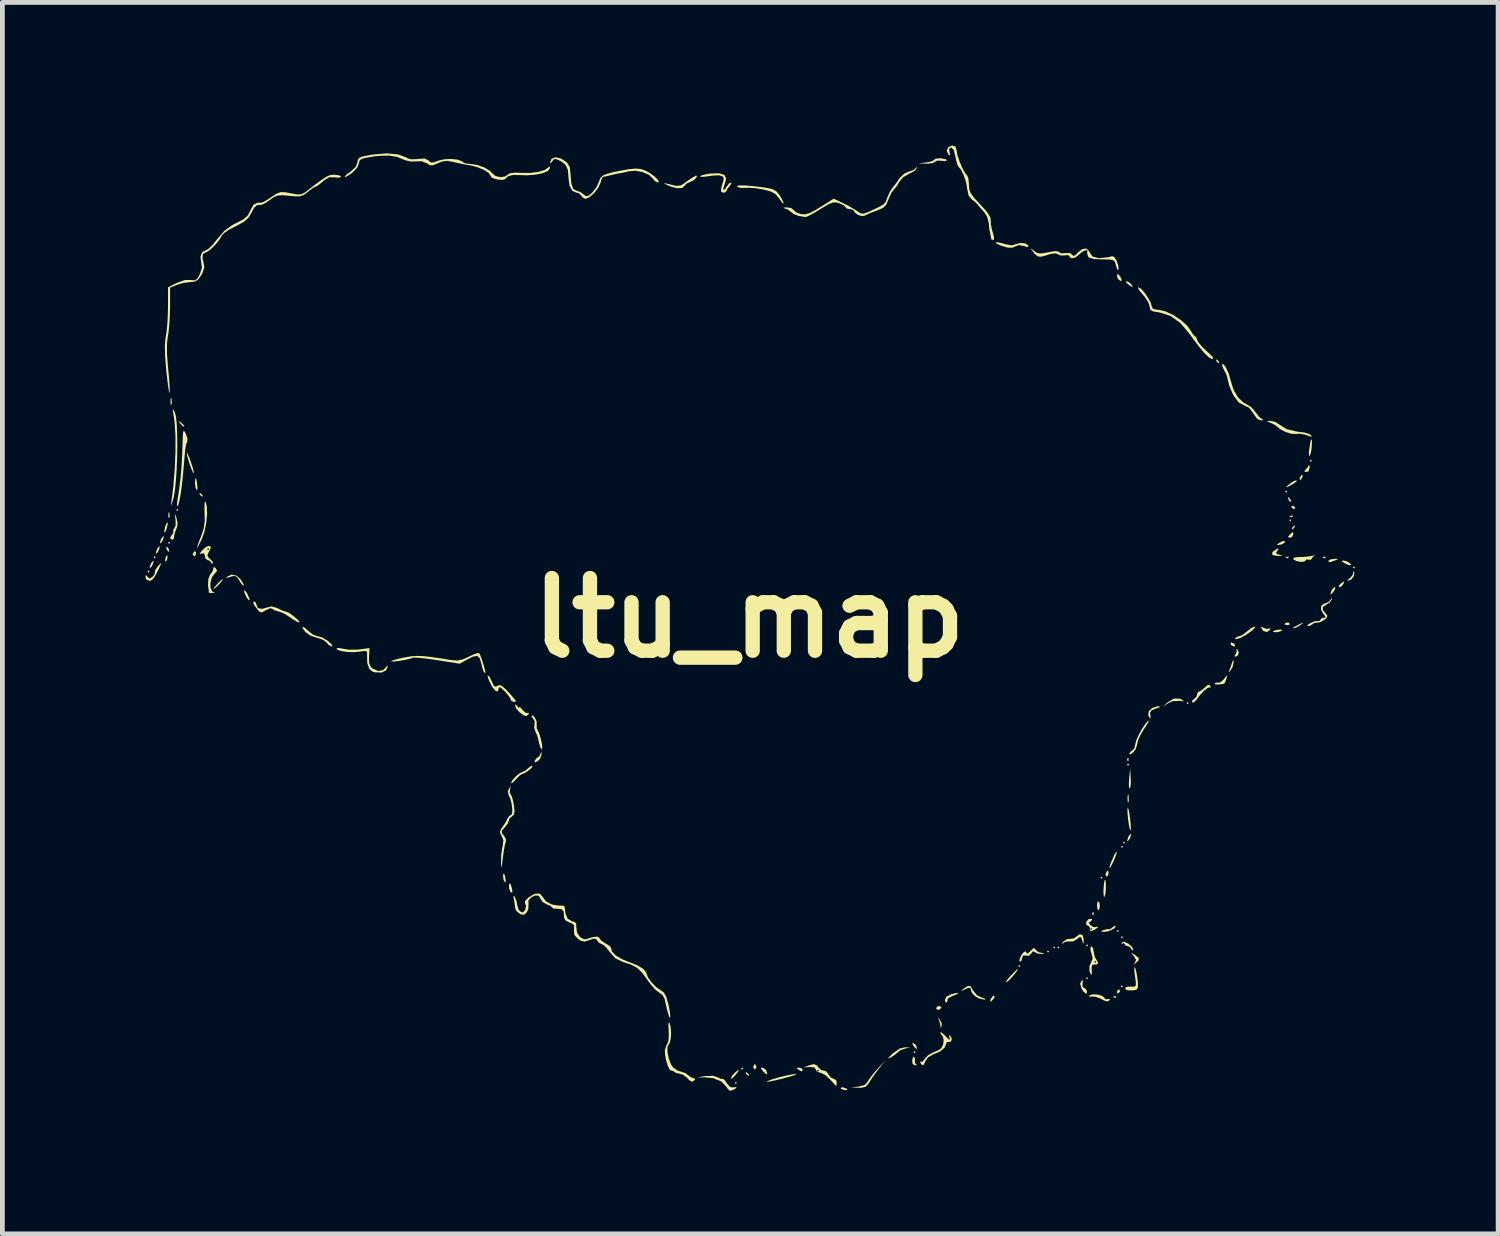
<source format=kicad_pcb>
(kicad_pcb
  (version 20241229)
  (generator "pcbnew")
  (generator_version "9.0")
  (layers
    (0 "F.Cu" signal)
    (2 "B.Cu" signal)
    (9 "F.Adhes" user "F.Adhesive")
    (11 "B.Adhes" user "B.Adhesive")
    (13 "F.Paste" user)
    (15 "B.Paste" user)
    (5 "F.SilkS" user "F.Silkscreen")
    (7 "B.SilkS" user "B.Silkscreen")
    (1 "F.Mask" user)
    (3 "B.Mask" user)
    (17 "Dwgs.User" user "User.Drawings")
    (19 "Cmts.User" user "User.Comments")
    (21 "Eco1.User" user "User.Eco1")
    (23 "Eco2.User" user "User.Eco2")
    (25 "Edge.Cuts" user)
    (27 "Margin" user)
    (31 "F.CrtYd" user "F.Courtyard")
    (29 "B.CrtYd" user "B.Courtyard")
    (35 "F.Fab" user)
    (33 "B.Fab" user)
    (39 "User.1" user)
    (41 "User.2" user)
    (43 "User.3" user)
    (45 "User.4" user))
  (footprint "ltu_map"
    (layer "F.Cu")
    (at 12.656 9.902)
    (property "Reference" "ltu_map" (at 0 0 0) (layer "F.SilkS") (effects (font (size 1.524 1.524) (thickness 0.3))))
    (attr board_only exclude_from_pos_files exclude_from_bom)
    (fp_poly (pts (xy -12.571 -0.969) (xy -12.592 -0.947) (xy -12.614 -0.969) (xy -12.592 -0.99)) (stroke (width 0) (type solid)) (fill yes) (layer "F.SilkS"))
    (fp_poly (pts (xy -12.442 -1.27) (xy -12.463 -1.248) (xy -12.485 -1.27) (xy -12.463 -1.292)) (stroke (width 0) (type solid)) (fill yes) (layer "F.SilkS"))
    (fp_poly (pts (xy -12.14 -1.571) (xy -12.162 -1.55) (xy -12.183 -1.571) (xy -12.162 -1.593)) (stroke (width 0) (type solid)) (fill yes) (layer "F.SilkS"))
    (fp_poly (pts (xy -11.968 -2.26) (xy -11.99 -2.239) (xy -12.011 -2.26) (xy -11.99 -2.282)) (stroke (width 0) (type solid)) (fill yes) (layer "F.SilkS"))
    (fp_poly (pts (xy -0.258 9.751) (xy -0.28 9.773) (xy -0.301 9.751) (xy -0.28 9.729)) (stroke (width 0) (type solid)) (fill yes) (layer "F.SilkS"))
    (fp_poly (pts (xy -0.129 9.45) (xy -0.151 9.471) (xy -0.172 9.45) (xy -0.151 9.428)) (stroke (width 0) (type solid)) (fill yes) (layer "F.SilkS"))
    (fp_poly (pts (xy 3.487 9.105) (xy 3.466 9.127) (xy 3.444 9.105) (xy 3.466 9.084)) (stroke (width 0) (type solid)) (fill yes) (layer "F.SilkS"))
    (fp_poly (pts (xy 5.683 7.297) (xy 5.661 7.319) (xy 5.64 7.297) (xy 5.661 7.276)) (stroke (width 0) (type solid)) (fill yes) (layer "F.SilkS"))
    (fp_poly (pts (xy 6.285 6.996) (xy 6.264 7.017) (xy 6.242 6.996) (xy 6.264 6.974)) (stroke (width 0) (type solid)) (fill yes) (layer "F.SilkS"))
    (fp_poly (pts (xy 6.415 6.91) (xy 6.393 6.931) (xy 6.372 6.91) (xy 6.393 6.888)) (stroke (width 0) (type solid)) (fill yes) (layer "F.SilkS"))
    (fp_poly (pts (xy 6.501 6.91) (xy 6.479 6.931) (xy 6.458 6.91) (xy 6.479 6.888)) (stroke (width 0) (type solid)) (fill yes) (layer "F.SilkS"))
    (fp_poly (pts (xy 7.103 6.867) (xy 7.082 6.888) (xy 7.06 6.867) (xy 7.082 6.845)) (stroke (width 0) (type solid)) (fill yes) (layer "F.SilkS"))
    (fp_poly (pts (xy 7.103 7.555) (xy 7.082 7.577) (xy 7.06 7.555) (xy 7.082 7.534)) (stroke (width 0) (type solid)) (fill yes) (layer "F.SilkS"))
    (fp_poly (pts (xy 7.405 5.446) (xy 7.383 5.467) (xy 7.362 5.446) (xy 7.383 5.424)) (stroke (width 0) (type solid)) (fill yes) (layer "F.SilkS"))
    (fp_poly (pts (xy 7.749 6.565) (xy 7.728 6.587) (xy 7.706 6.565) (xy 7.728 6.544)) (stroke (width 0) (type solid)) (fill yes) (layer "F.SilkS"))
    (fp_poly (pts (xy 7.835 4.8) (xy 7.814 4.822) (xy 7.792 4.8) (xy 7.814 4.779)) (stroke (width 0) (type solid)) (fill yes) (layer "F.SilkS"))
    (fp_poly (pts (xy 7.835 6.694) (xy 7.814 6.716) (xy 7.792 6.694) (xy 7.814 6.673)) (stroke (width 0) (type solid)) (fill yes) (layer "F.SilkS"))
    (fp_poly (pts (xy 7.835 7.728) (xy 7.814 7.749) (xy 7.792 7.728) (xy 7.814 7.706)) (stroke (width 0) (type solid)) (fill yes) (layer "F.SilkS"))
    (fp_poly (pts (xy 7.878 4.714) (xy 7.857 4.736) (xy 7.835 4.714) (xy 7.857 4.693)) (stroke (width 0) (type solid)) (fill yes) (layer "F.SilkS"))
    (fp_poly (pts (xy 7.964 3.078) (xy 7.943 3.1) (xy 7.921 3.078) (xy 7.943 3.057)) (stroke (width 0) (type solid)) (fill yes) (layer "F.SilkS"))
    (fp_poly (pts (xy 9.213 1.787) (xy 9.191 1.808) (xy 9.17 1.787) (xy 9.191 1.765)) (stroke (width 0) (type solid)) (fill yes) (layer "F.SilkS"))
    (fp_poly (pts (xy 11.279 -2.648) (xy 11.258 -2.626) (xy 11.236 -2.648) (xy 11.258 -2.669)) (stroke (width 0) (type solid)) (fill yes) (layer "F.SilkS"))
    (fp_poly (pts (xy 11.365 -2.045) (xy 11.344 -2.023) (xy 11.322 -2.045) (xy 11.344 -2.066)) (stroke (width 0) (type solid)) (fill yes) (layer "F.SilkS"))
    (fp_poly (pts (xy 11.796 -3.293) (xy 11.774 -3.272) (xy 11.753 -3.293) (xy 11.774 -3.315)) (stroke (width 0) (type solid)) (fill yes) (layer "F.SilkS"))
    (fp_poly (pts (xy 12.7 -1.055) (xy 12.678 -1.033) (xy 12.657 -1.055) (xy 12.678 -1.076)) (stroke (width 0) (type solid)) (fill yes) (layer "F.SilkS"))
    (fp_poly (pts (xy -12.155 -2.206) (xy -12.149 -2.118) (xy -12.155 -2.099) (xy -12.171 -2.093) (xy -12.177 -2.153) (xy -12.17 -2.214)) (stroke (width 0) (type solid)) (fill yes) (layer "F.SilkS"))
    (fp_poly (pts (xy 7.218 6.171) (xy 7.223 6.222) (xy 7.218 6.228) (xy 7.193 6.222) (xy 7.189 6.199) (xy 7.205 6.164)) (stroke (width 0) (type solid)) (fill yes) (layer "F.SilkS"))
    (fp_poly (pts (xy 7.692 7.936) (xy 7.686 7.961) (xy 7.663 7.964) (xy 7.628 7.949) (xy 7.634 7.936) (xy 7.685 7.931)) (stroke (width 0) (type solid)) (fill yes) (layer "F.SilkS"))
    (fp_poly (pts (xy 7.95 2.942) (xy 7.955 2.993) (xy 7.95 2.999) (xy 7.924 2.993) (xy 7.921 2.971) (xy 7.937 2.935)) (stroke (width 0) (type solid)) (fill yes) (layer "F.SilkS"))
    (fp_poly (pts (xy 11.308 -1.277) (xy 11.302 -1.252) (xy 11.279 -1.248) (xy 11.244 -1.264) (xy 11.251 -1.277) (xy 11.302 -1.282)) (stroke (width 0) (type solid)) (fill yes) (layer "F.SilkS"))
    (fp_poly (pts (xy 11.322 0.111) (xy 11.328 0.146) (xy 11.279 0.154) (xy 11.224 0.14) (xy 11.237 0.111) (xy 11.298 0.094)) (stroke (width 0) (type solid)) (fill yes) (layer "F.SilkS"))
    (fp_poly (pts (xy 11.394 -2.138) (xy 11.388 -2.113) (xy 11.365 -2.109) (xy 11.33 -2.125) (xy 11.337 -2.138) (xy 11.388 -2.143)) (stroke (width 0) (type solid)) (fill yes) (layer "F.SilkS"))
    (fp_poly (pts (xy 12.083 -1.277) (xy 12.077 -1.252) (xy 12.054 -1.248) (xy 12.019 -1.264) (xy 12.026 -1.277) (xy 12.077 -1.282)) (stroke (width 0) (type solid)) (fill yes) (layer "F.SilkS"))
    (fp_poly (pts (xy -12.193 -1.297) (xy -12.202 -1.219) (xy -12.219 -1.195) (xy -12.247 -1.184) (xy -12.239 -1.247) (xy -12.238 -1.252) (xy -12.212 -1.31)) (stroke (width 0) (type solid)) (fill yes) (layer "F.SilkS"))
    (fp_poly (pts (xy -12.185 -1.475) (xy -12.169 -1.444) (xy -12.158 -1.383) (xy -12.186 -1.395) (xy -12.207 -1.424) (xy -12.22 -1.48) (xy -12.215 -1.49)) (stroke (width 0) (type solid)) (fill yes) (layer "F.SilkS"))
    (fp_poly (pts (xy -11.501 -2.609) (xy -11.455 -2.565) (xy -11.464 -2.54) (xy -11.471 -2.54) (xy -11.507 -2.571) (xy -11.52 -2.59) (xy -11.525 -2.619)) (stroke (width 0) (type solid)) (fill yes) (layer "F.SilkS"))
    (fp_poly (pts (xy -0.05 9.532) (xy -0.003 9.575) (xy -0.013 9.6) (xy -0.019 9.6) (xy -0.055 9.57) (xy -0.069 9.551) (xy -0.074 9.521)) (stroke (width 0) (type solid)) (fill yes) (layer "F.SilkS"))
    (fp_poly (pts (xy 0.13 9.364) (xy 0.155 9.416) (xy 0.149 9.431) (xy 0.107 9.469) (xy 0.087 9.426) (xy 0.086 9.404) (xy 0.107 9.36)) (stroke (width 0) (type solid)) (fill yes) (layer "F.SilkS"))
    (fp_poly (pts (xy 1.98 9.846) (xy 2.055 9.875) (xy 2.054 9.896) (xy 2.004 9.902) (xy 1.933 9.878) (xy 1.918 9.863) (xy 1.932 9.841)) (stroke (width 0) (type solid)) (fill yes) (layer "F.SilkS"))
    (fp_poly (pts (xy 7.783 -7.144) (xy 7.811 -7.077) (xy 7.791 -7.06) (xy 7.739 -7.095) (xy 7.721 -7.127) (xy 7.707 -7.199) (xy 7.735 -7.203)) (stroke (width 0) (type solid)) (fill yes) (layer "F.SilkS"))
    (fp_poly (pts (xy 7.971 -7.03) (xy 8.007 -6.996) (xy 8.044 -6.941) (xy 8.019 -6.941) (xy 7.94 -6.994) (xy 7.895 -7.042) (xy 7.905 -7.059)) (stroke (width 0) (type solid)) (fill yes) (layer "F.SilkS"))
    (fp_poly (pts (xy 9.809 -5.407) (xy 9.855 -5.364) (xy 9.846 -5.339) (xy 9.84 -5.338) (xy 9.803 -5.369) (xy 9.79 -5.388) (xy 9.785 -5.417)) (stroke (width 0) (type solid)) (fill yes) (layer "F.SilkS"))
    (fp_poly (pts (xy 11.322 -2.514) (xy 11.328 -2.508) (xy 11.362 -2.452) (xy 11.357 -2.431) (xy 11.325 -2.444) (xy 11.304 -2.484) (xy 11.291 -2.535)) (stroke (width 0) (type solid)) (fill yes) (layer "F.SilkS"))
    (fp_poly (pts (xy 11.605 -2.985) (xy 11.597 -2.951) (xy 11.562 -2.891) (xy 11.54 -2.901) (xy 11.538 -2.925) (xy 11.569 -2.983) (xy 11.58 -2.992)) (stroke (width 0) (type solid)) (fill yes) (layer "F.SilkS"))
    (fp_poly (pts (xy -12.486 -1.184) (xy -12.507 -1.113) (xy -12.528 -1.076) (xy -12.562 -1.042) (xy -12.57 -1.055) (xy -12.548 -1.125) (xy -12.528 -1.162) (xy -12.494 -1.197)) (stroke (width 0) (type solid)) (fill yes) (layer "F.SilkS"))
    (fp_poly (pts (xy -12.357 -1.485) (xy -12.378 -1.415) (xy -12.399 -1.378) (xy -12.433 -1.343) (xy -12.44 -1.356) (xy -12.419 -1.427) (xy -12.399 -1.464) (xy -12.365 -1.498)) (stroke (width 0) (type solid)) (fill yes) (layer "F.SilkS"))
    (fp_poly (pts (xy -12.271 -1.701) (xy -12.292 -1.63) (xy -12.313 -1.593) (xy -12.347 -1.558) (xy -12.354 -1.571) (xy -12.333 -1.642) (xy -12.313 -1.679) (xy -12.278 -1.713)) (stroke (width 0) (type solid)) (fill yes) (layer "F.SilkS"))
    (fp_poly (pts (xy -12.189 -1.98) (xy -12.206 -1.888) (xy -12.226 -1.83) (xy -12.255 -1.783) (xy -12.263 -1.808) (xy -12.247 -1.9) (xy -12.226 -1.959) (xy -12.198 -2.006)) (stroke (width 0) (type solid)) (fill yes) (layer "F.SilkS"))
    (fp_poly (pts (xy -12.113 -4.602) (xy -12.111 -4.595) (xy -12.104 -4.501) (xy -12.112 -4.466) (xy -12.126 -4.464) (xy -12.132 -4.532) (xy -12.132 -4.542) (xy -12.126 -4.609)) (stroke (width 0) (type solid)) (fill yes) (layer "F.SilkS"))
    (fp_poly (pts (xy -11.946 -4.119) (xy -11.914 -4.095) (xy -11.855 -4.042) (xy -11.839 -4.02) (xy -11.86 -4.007) (xy -11.917 -4.062) (xy -11.931 -4.079) (xy -11.968 -4.13)) (stroke (width 0) (type solid)) (fill yes) (layer "F.SilkS"))
    (fp_poly (pts (xy -11.599 -1.382) (xy -11.595 -1.354) (xy -11.615 -1.298) (xy -11.631 -1.292) (xy -11.666 -1.324) (xy -11.667 -1.332) (xy -11.636 -1.391) (xy -11.631 -1.395)) (stroke (width 0) (type solid)) (fill yes) (layer "F.SilkS"))
    (fp_poly (pts (xy 0.34 9.463) (xy 0.362 9.499) (xy 0.38 9.567) (xy 0.352 9.564) (xy 0.291 9.507) (xy 0.245 9.448) (xy 0.265 9.429) (xy 0.275 9.428)) (stroke (width 0) (type solid)) (fill yes) (layer "F.SilkS"))
    (fp_poly (pts (xy 1.108 9.449) (xy 1.119 9.471) (xy 1.113 9.509) (xy 1.075 9.498) (xy 1.033 9.471) (xy 0.994 9.438) (xy 1.034 9.429) (xy 1.044 9.429)) (stroke (width 0) (type solid)) (fill yes) (layer "F.SilkS"))
    (fp_poly (pts (xy 3.486 8.946) (xy 3.503 8.976) (xy 3.517 9.032) (xy 3.513 9.041) (xy 3.477 9.012) (xy 3.444 8.976) (xy 3.418 8.924) (xy 3.434 8.912)) (stroke (width 0) (type solid)) (fill yes) (layer "F.SilkS"))
    (fp_poly (pts (xy 4.029 8.157) (xy 4.025 8.18) (xy 3.97 8.221) (xy 3.958 8.223) (xy 3.919 8.19) (xy 3.918 8.18) (xy 3.953 8.142) (xy 3.985 8.137)) (stroke (width 0) (type solid)) (fill yes) (layer "F.SilkS"))
    (fp_poly (pts (xy 5.147 7.947) (xy 5.123 7.986) (xy 5.072 8.039) (xy 5.055 8.051) (xy 5.054 8.018) (xy 5.064 7.986) (xy 5.11 7.929) (xy 5.133 7.921)) (stroke (width 0) (type solid)) (fill yes) (layer "F.SilkS"))
    (fp_poly (pts (xy 7.341 5.976) (xy 7.35 6.049) (xy 7.338 6.115) (xy 7.327 6.13) (xy 7.302 6.108) (xy 7.291 6.045) (xy 7.297 5.966) (xy 7.314 5.941)) (stroke (width 0) (type solid)) (fill yes) (layer "F.SilkS"))
    (fp_poly (pts (xy 7.532 5.33) (xy 7.534 5.36) (xy 7.511 5.417) (xy 7.492 5.424) (xy 7.469 5.393) (xy 7.475 5.36) (xy 7.506 5.303) (xy 7.517 5.295)) (stroke (width 0) (type solid)) (fill yes) (layer "F.SilkS"))
    (fp_poly (pts (xy 7.777 7.819) (xy 7.771 7.835) (xy 7.732 7.876) (xy 7.725 7.878) (xy 7.707 7.845) (xy 7.706 7.835) (xy 7.739 7.794) (xy 7.752 7.792)) (stroke (width 0) (type solid)) (fill yes) (layer "F.SilkS"))
    (fp_poly (pts (xy 7.951 3.713) (xy 7.958 3.822) (xy 7.951 3.864) (xy 7.939 3.877) (xy 7.932 3.818) (xy 7.931 3.788) (xy 7.936 3.71) (xy 7.947 3.701)) (stroke (width 0) (type solid)) (fill yes) (layer "F.SilkS"))
    (fp_poly (pts (xy 7.999 3.353) (xy 8 3.476) (xy 7.987 3.561) (xy 7.978 3.577) (xy 7.962 3.559) (xy 7.958 3.476) (xy 7.964 3.388) (xy 7.984 3.164)) (stroke (width 0) (type solid)) (fill yes) (layer "F.SilkS"))
    (fp_poly (pts (xy 8.006 4.542) (xy 7.985 4.613) (xy 7.964 4.649) (xy 7.93 4.684) (xy 7.923 4.671) (xy 7.944 4.6) (xy 7.964 4.563) (xy 7.999 4.529)) (stroke (width 0) (type solid)) (fill yes) (layer "F.SilkS"))
    (fp_poly (pts (xy 10.173 0.548) (xy 10.182 0.56) (xy 10.18 0.599) (xy 10.165 0.603) (xy 10.104 0.571) (xy 10.095 0.56) (xy 10.097 0.52) (xy 10.112 0.517)) (stroke (width 0) (type solid)) (fill yes) (layer "F.SilkS"))
    (fp_poly (pts (xy 11.168 0.265) (xy 11.121 0.29) (xy 11.046 0.302) (xy 10.987 0.296) (xy 10.978 0.285) (xy 11.014 0.265) (xy 11.084 0.248) (xy 11.155 0.245)) (stroke (width 0) (type solid)) (fill yes) (layer "F.SilkS"))
    (fp_poly (pts (xy 11.236 -1.599) (xy 11.2 -1.558) (xy 11.15 -1.537) (xy 11.081 -1.526) (xy 11.064 -1.531) (xy 11.097 -1.561) (xy 11.15 -1.593) (xy 11.216 -1.614)) (stroke (width 0) (type solid)) (fill yes) (layer "F.SilkS"))
    (fp_poly (pts (xy 11.408 -1.754) (xy 11.375 -1.691) (xy 11.337 -1.679) (xy 11.294 -1.693) (xy 11.304 -1.711) (xy 11.367 -1.776) (xy 11.375 -1.787) (xy 11.402 -1.791)) (stroke (width 0) (type solid)) (fill yes) (layer "F.SilkS"))
    (fp_poly (pts (xy 11.408 -2.346) (xy 11.45 -2.308) (xy 11.452 -2.301) (xy 11.418 -2.282) (xy 11.408 -2.282) (xy 11.367 -2.315) (xy 11.365 -2.327) (xy 11.392 -2.353)) (stroke (width 0) (type solid)) (fill yes) (layer "F.SilkS"))
    (fp_poly (pts (xy 11.438 -1.909) (xy 11.43 -1.894) (xy 11.389 -1.853) (xy 11.382 -1.851) (xy 11.379 -1.879) (xy 11.387 -1.894) (xy 11.428 -1.935) (xy 11.435 -1.937)) (stroke (width 0) (type solid)) (fill yes) (layer "F.SilkS"))
    (fp_poly (pts (xy 11.749 -3.153) (xy 11.727 -3.074) (xy 11.678 -3.057) (xy 11.633 -3.07) (xy 11.65 -3.09) (xy 11.707 -3.156) (xy 11.722 -3.186) (xy 11.741 -3.21)) (stroke (width 0) (type solid)) (fill yes) (layer "F.SilkS"))
    (fp_poly (pts (xy 12.285 -0.644) (xy 12.279 -0.599) (xy 12.244 -0.541) (xy 12.199 -0.492) (xy 12.184 -0.498) (xy 12.203 -0.563) (xy 12.244 -0.625) (xy 12.281 -0.647)) (stroke (width 0) (type solid)) (fill yes) (layer "F.SilkS"))
    (fp_poly (pts (xy 12.33 -1.224) (xy 12.291 -1.206) (xy 12.188 -1.169) (xy 12.145 -1.177) (xy 12.14 -1.196) (xy 12.178 -1.223) (xy 12.259 -1.236) (xy 12.334 -1.237)) (stroke (width 0) (type solid)) (fill yes) (layer "F.SilkS"))
    (fp_poly (pts (xy 12.465 -0.73) (xy 12.46 -0.716) (xy 12.421 -0.664) (xy 12.375 -0.641) (xy 12.356 -0.662) (xy 12.384 -0.699) (xy 12.421 -0.733) (xy 12.468 -0.764)) (stroke (width 0) (type solid)) (fill yes) (layer "F.SilkS"))
    (fp_poly (pts (xy -11.588 -2.901) (xy -11.577 -2.831) (xy -11.565 -2.712) (xy -11.573 -2.671) (xy -11.599 -2.711) (xy -11.607 -2.731) (xy -11.619 -2.821) (xy -11.614 -2.892) (xy -11.602 -2.936)) (stroke (width 0) (type solid)) (fill yes) (layer "F.SilkS"))
    (fp_poly (pts (xy -10.529 -0.517) (xy -10.521 -0.502) (xy -10.479 -0.409) (xy -10.473 -0.364) (xy -10.501 -0.38) (xy -10.538 -0.432) (xy -10.58 -0.522) (xy -10.589 -0.57) (xy -10.571 -0.575)) (stroke (width 0) (type solid)) (fill yes) (layer "F.SilkS"))
    (fp_poly (pts (xy -5.115 5.432) (xy -5.115 5.435) (xy -5.104 5.527) (xy -5.117 5.551) (xy -5.147 5.498) (xy -5.15 5.49) (xy -5.161 5.4) (xy -5.156 5.372) (xy -5.136 5.367)) (stroke (width 0) (type solid)) (fill yes) (layer "F.SilkS"))
    (fp_poly (pts (xy -5.003 5.579) (xy -4.977 5.659) (xy -4.973 5.677) (xy -4.964 5.755) (xy -4.985 5.76) (xy -5.008 5.74) (xy -5.032 5.677) (xy -5.037 5.625) (xy -5.027 5.565)) (stroke (width 0) (type solid)) (fill yes) (layer "F.SilkS"))
    (fp_poly (pts (xy 3.986 8.411) (xy 4.034 8.495) (xy 4.034 8.551) (xy 4.018 8.604) (xy 4.011 8.573) (xy 4.009 8.543) (xy 3.984 8.445) (xy 3.961 8.403) (xy 3.952 8.385)) (stroke (width 0) (type solid)) (fill yes) (layer "F.SilkS"))
    (fp_poly (pts (xy 10.154 0.895) (xy 10.156 0.928) (xy 10.133 1.031) (xy 10.092 1.1) (xy 10.052 1.143) (xy 10.054 1.127) (xy 10.088 1.043) (xy 10.118 0.955) (xy 10.143 0.885)) (stroke (width 0) (type solid)) (fill yes) (layer "F.SilkS"))
    (fp_poly (pts (xy 10.233 0.662) (xy 10.264 0.718) (xy 10.246 0.786) (xy 10.193 0.818) (xy 10.176 0.794) (xy 10.197 0.76) (xy 10.223 0.694) (xy 10.213 0.667) (xy 10.212 0.652)) (stroke (width 0) (type solid)) (fill yes) (layer "F.SilkS"))
    (fp_poly (pts (xy 11.48 -2.866) (xy 11.424 -2.821) (xy 11.311 -2.756) (xy 11.301 -2.751) (xy 11.255 -2.732) (xy 11.273 -2.757) (xy 11.316 -2.796) (xy 11.403 -2.858) (xy 11.467 -2.884)) (stroke (width 0) (type solid)) (fill yes) (layer "F.SilkS"))
    (fp_poly (pts (xy 11.609 0.109) (xy 11.562 0.148) (xy 11.5 0.187) (xy 11.437 0.214) (xy 11.4 0.221) (xy 11.412 0.2) (xy 11.46 0.171) (xy 11.538 0.133) (xy 11.609 0.1)) (stroke (width 0) (type solid)) (fill yes) (layer "F.SilkS"))
    (fp_poly (pts (xy 12.518 -1.188) (xy 12.588 -1.151) (xy 12.617 -1.113) (xy 12.613 -1.104) (xy 12.565 -1.107) (xy 12.485 -1.143) (xy 12.426 -1.185) (xy 12.439 -1.203) (xy 12.442 -1.203)) (stroke (width 0) (type solid)) (fill yes) (layer "F.SilkS"))
    (fp_poly (pts (xy 12.686 -0.956) (xy 12.678 -0.879) (xy 12.623 -0.805) (xy 12.555 -0.776) (xy 12.545 -0.794) (xy 12.582 -0.821) (xy 12.646 -0.891) (xy 12.66 -0.938) (xy 12.671 -0.979)) (stroke (width 0) (type solid)) (fill yes) (layer "F.SilkS"))
    (fp_poly (pts (xy -0.24 9.524) (xy -0.301 9.6) (xy -0.301 9.6) (xy -0.36 9.657) (xy -0.387 9.659) (xy -0.387 9.657) (xy -0.358 9.598) (xy -0.301 9.536) (xy -0.239 9.486) (xy -0.215 9.479)) (stroke (width 0) (type solid)) (fill yes) (layer "F.SilkS"))
    (fp_poly (pts (xy 3.477 9.253) (xy 3.471 9.279) (xy 3.48 9.342) (xy 3.5 9.357) (xy 3.513 9.376) (xy 3.481 9.382) (xy 3.426 9.353) (xy 3.416 9.282) (xy 3.433 9.211) (xy 3.458 9.2)) (stroke (width 0) (type solid)) (fill yes) (layer "F.SilkS"))
    (fp_poly (pts (xy 9.031 1.696) (xy 9.084 1.724) (xy 9.11 1.75) (xy 9.063 1.747) (xy 9.03 1.74) (xy 8.875 1.747) (xy 8.793 1.784) (xy 8.675 1.856) (xy 8.776 1.768) (xy 8.908 1.69)) (stroke (width 0) (type solid)) (fill yes) (layer "F.SilkS"))
    (fp_poly (pts (xy 10.764 0.2) (xy 10.765 0.201) (xy 10.845 0.232) (xy 10.883 0.226) (xy 10.927 0.223) (xy 10.918 0.251) (xy 10.851 0.299) (xy 10.777 0.276) (xy 10.743 0.226) (xy 10.731 0.178)) (stroke (width 0) (type solid)) (fill yes) (layer "F.SilkS"))
    (fp_poly (pts (xy 7.706 4.917) (xy 7.69 4.975) (xy 7.652 5.069) (xy 7.607 5.167) (xy 7.569 5.237) (xy 7.554 5.252) (xy 7.555 5.217) (xy 7.584 5.13) (xy 7.599 5.093) (xy 7.656 4.967) (xy 7.694 4.906)) (stroke (width 0) (type solid)) (fill yes) (layer "F.SilkS"))
    (fp_poly (pts (xy -11.779 -3.451) (xy -11.745 -3.376) (xy -11.707 -3.275) (xy -11.665 -3.147) (xy -11.642 -3.055) (xy -11.641 -3.025) (xy -11.662 -3.052) (xy -11.7 -3.139) (xy -11.727 -3.213) (xy -11.766 -3.34) (xy -11.79 -3.435) (xy -11.793 -3.462)) (stroke (width 0) (type solid)) (fill yes) (layer "F.SilkS"))
    (fp_poly (pts (xy -11.039 -0.791) (xy -11.094 -0.724) (xy -11.107 -0.71) (xy -11.181 -0.638) (xy -11.227 -0.603) (xy -11.23 -0.603) (xy -11.219 -0.63) (xy -11.163 -0.696) (xy -11.15 -0.71) (xy -11.077 -0.783) (xy -11.03 -0.817) (xy -11.028 -0.818)) (stroke (width 0) (type solid)) (fill yes) (layer "F.SilkS"))
    (fp_poly (pts (xy -4.354 2.844) (xy -4.353 2.863) (xy -4.383 2.953) (xy -4.433 3.003) (xy -4.493 3.034) (xy -4.499 3.01) (xy -4.493 2.991) (xy -4.452 2.935) (xy -4.433 2.927) (xy -4.394 2.892) (xy -4.378 2.852) (xy -4.362 2.807)) (stroke (width 0) (type solid)) (fill yes) (layer "F.SilkS"))
    (fp_poly (pts (xy 3.379 9.009) (xy 3.272 9.028) (xy 3.172 9.063) (xy 3.121 9.101) (xy 3.052 9.162) (xy 2.971 9.213) (xy 2.916 9.237) (xy 2.921 9.219) (xy 2.987 9.153) (xy 3.007 9.133) (xy 3.151 9.031) (xy 3.266 9.003)) (stroke (width 0) (type solid)) (fill yes) (layer "F.SilkS"))
    (fp_poly (pts (xy 5.623 7.388) (xy 5.577 7.453) (xy 5.51 7.532) (xy 5.442 7.602) (xy 5.394 7.639) (xy 5.393 7.639) (xy 5.383 7.626) (xy 5.425 7.567) (xy 5.473 7.512) (xy 5.559 7.425) (xy 5.616 7.37) (xy 5.629 7.362)) (stroke (width 0) (type solid)) (fill yes) (layer "F.SilkS"))
    (fp_poly (pts (xy 7.47 5.507) (xy 7.477 5.582) (xy 7.477 5.683) (xy 7.468 5.78) (xy 7.452 5.845) (xy 7.451 5.847) (xy 7.434 5.844) (xy 7.427 5.772) (xy 7.427 5.706) (xy 7.436 5.584) (xy 7.449 5.504) (xy 7.455 5.489)) (stroke (width 0) (type solid)) (fill yes) (layer "F.SilkS"))
    (fp_poly (pts (xy 7.95 4.004) (xy 7.969 4.096) (xy 7.984 4.199) (xy 7.998 4.334) (xy 8 4.431) (xy 7.995 4.461) (xy 7.979 4.434) (xy 7.96 4.342) (xy 7.945 4.239) (xy 7.931 4.104) (xy 7.929 4.007) (xy 7.934 3.977)) (stroke (width 0) (type solid)) (fill yes) (layer "F.SilkS"))
    (fp_poly (pts (xy 8.083 7.065) (xy 8.163 7.126) (xy 8.167 7.177) (xy 8.104 7.236) (xy 8.055 7.271) (xy 8.066 7.252) (xy 8.082 7.233) (xy 8.11 7.174) (xy 8.074 7.105) (xy 8.061 7.089) (xy 8.012 7.031) (xy 8.026 7.03)) (stroke (width 0) (type solid)) (fill yes) (layer "F.SilkS"))
    (fp_poly (pts (xy 11.795 -3.728) (xy 11.797 -3.659) (xy 11.79 -3.562) (xy 11.776 -3.468) (xy 11.756 -3.405) (xy 11.755 -3.403) (xy 11.734 -3.396) (xy 11.733 -3.469) (xy 11.74 -3.532) (xy 11.758 -3.652) (xy 11.775 -3.729) (xy 11.78 -3.742)) (stroke (width 0) (type solid)) (fill yes) (layer "F.SilkS"))
    (fp_poly (pts (xy 4.388 7.867) (xy 4.342 7.896) (xy 4.262 7.928) (xy 4.18 7.968) (xy 4.154 8.006) (xy 4.155 8.009) (xy 4.15 8.06) (xy 4.143 8.066) (xy 4.111 8.05) (xy 4.102 8.011) (xy 4.135 7.941) (xy 4.244 7.889) (xy 4.354 7.862)) (stroke (width 0) (type solid)) (fill yes) (layer "F.SilkS"))
    (fp_poly (pts (xy 6.99 7.65) (xy 6.988 7.657) (xy 6.986 7.729) (xy 7.008 7.749) (xy 7.059 7.784) (xy 7.076 7.814) (xy 7.083 7.871) (xy 7.052 7.874) (xy 7.004 7.832) (xy 6.966 7.77) (xy 6.938 7.671) (xy 6.964 7.613) (xy 6.996 7.595)) (stroke (width 0) (type solid)) (fill yes) (layer "F.SilkS"))
    (fp_poly (pts (xy 7.682 6.478) (xy 7.639 6.521) (xy 7.529 6.571) (xy 7.448 6.582) (xy 7.377 6.578) (xy 7.386 6.563) (xy 7.426 6.546) (xy 7.508 6.525) (xy 7.542 6.528) (xy 7.587 6.515) (xy 7.598 6.501) (xy 7.659 6.459) (xy 7.674 6.458)) (stroke (width 0) (type solid)) (fill yes) (layer "F.SilkS"))
    (fp_poly (pts (xy 8.618 1.866) (xy 8.566 1.89) (xy 8.53 1.9) (xy 8.433 1.94) (xy 8.403 1.992) (xy 8.408 2.026) (xy 8.416 2.099) (xy 8.394 2.096) (xy 8.365 2.039) (xy 8.374 1.96) (xy 8.444 1.893) (xy 8.548 1.857) (xy 8.586 1.855)) (stroke (width 0) (type solid)) (fill yes) (layer "F.SilkS"))
    (fp_poly (pts (xy 10.003 1.281) (xy 9.973 1.358) (xy 9.95 1.383) (xy 9.835 1.398) (xy 9.764 1.392) (xy 9.755 1.371) (xy 9.806 1.354) (xy 9.824 1.362) (xy 9.88 1.352) (xy 9.948 1.288) (xy 9.949 1.287) (xy 10.003 1.218) (xy 10.017 1.217)) (stroke (width 0) (type solid)) (fill yes) (layer "F.SilkS"))
    (fp_poly (pts (xy 11.098 -1.442) (xy 11.072 -1.41) (xy 11.042 -1.356) (xy 11.083 -1.329) (xy 11.115 -1.322) (xy 11.177 -1.308) (xy 11.159 -1.301) (xy 11.099 -1.297) (xy 11.004 -1.307) (xy 10.958 -1.332) (xy 10.971 -1.38) (xy 11.031 -1.426) (xy 11.096 -1.457)) (stroke (width 0) (type solid)) (fill yes) (layer "F.SilkS"))
    (fp_poly (pts (xy 0.99 9.57) (xy 0.938 9.592) (xy 0.829 9.624) (xy 0.691 9.661) (xy 0.55 9.695) (xy 0.435 9.719) (xy 0.373 9.727) (xy 0.378 9.714) (xy 0.449 9.685) (xy 0.504 9.667) (xy 0.639 9.629) (xy 0.778 9.595) (xy 0.896 9.572) (xy 0.974 9.562)) (stroke (width 0) (type solid)) (fill yes) (layer "F.SilkS"))
    (fp_poly (pts (xy -10.741 -0.882) (xy -10.664 -0.808) (xy -10.609 -0.724) (xy -10.593 -0.674) (xy -10.594 -0.671) (xy -10.626 -0.69) (xy -10.678 -0.763) (xy -10.686 -0.777) (xy -10.743 -0.861) (xy -10.801 -0.881) (xy -10.879 -0.858) (xy -10.952 -0.837) (xy -10.96 -0.852) (xy -10.956 -0.855) (xy -10.851 -0.909)) (stroke (width 0) (type solid)) (fill yes) (layer "F.SilkS"))
    (fp_poly (pts (xy -4.865 1.851) (xy -4.83 1.886) (xy -4.822 1.874) (xy -4.802 1.873) (xy -4.754 1.928) (xy -4.69 1.989) (xy -4.64 1.996) (xy -4.614 1.994) (xy -4.624 2.017) (xy -4.667 2.059) (xy -4.725 2.046) (xy -4.811 1.983) (xy -4.881 1.906) (xy -4.907 1.844) (xy -4.896 1.813)) (stroke (width 0) (type solid)) (fill yes) (layer "F.SilkS"))
    (fp_poly (pts (xy 2.703 9.471) (xy 2.609 9.598) (xy 2.532 9.712) (xy 2.502 9.762) (xy 2.445 9.829) (xy 2.351 9.852) (xy 2.291 9.851) (xy 2.131 9.844) (xy 2.29 9.827) (xy 2.417 9.794) (xy 2.474 9.738) (xy 2.516 9.668) (xy 2.597 9.562) (xy 2.676 9.471) (xy 2.852 9.277)) (stroke (width 0) (type solid)) (fill yes) (layer "F.SilkS"))
    (fp_poly (pts (xy 10.611 0.193) (xy 10.575 0.236) (xy 10.503 0.296) (xy 10.412 0.358) (xy 10.32 0.41) (xy 10.277 0.428) (xy 10.195 0.448) (xy 10.183 0.429) (xy 10.244 0.39) (xy 10.268 0.387) (xy 10.339 0.36) (xy 10.427 0.292) (xy 10.429 0.291) (xy 10.518 0.219) (xy 10.592 0.183) (xy 10.592 0.182)) (stroke (width 0) (type solid)) (fill yes) (layer "F.SilkS"))
    (fp_poly (pts (xy 7.3 7.897) (xy 7.393 7.923) (xy 7.445 7.962) (xy 7.448 7.972) (xy 7.479 7.998) (xy 7.515 7.991) (xy 7.559 7.988) (xy 7.555 8.008) (xy 7.521 8.041) (xy 7.465 8.034) (xy 7.364 7.983) (xy 7.362 7.981) (xy 7.254 7.942) (xy 7.173 7.94) (xy 7.12 7.943) (xy 7.136 7.915) (xy 7.202 7.892)) (stroke (width 0) (type solid)) (fill yes) (layer "F.SilkS"))
    (fp_poly (pts (xy 7.943 6.828) (xy 7.945 6.829) (xy 8.02 6.892) (xy 8.054 6.948) (xy 8.033 6.974) (xy 8.029 6.974) (xy 8.008 6.941) (xy 8.007 6.931) (xy 7.973 6.893) (xy 7.943 6.888) (xy 7.886 6.864) (xy 7.878 6.843) (xy 7.851 6.819) (xy 7.829 6.828) (xy 7.799 6.833) (xy 7.809 6.809) (xy 7.856 6.787)) (stroke (width 0) (type solid)) (fill yes) (layer "F.SilkS"))
    (fp_poly (pts (xy -11.4 -2.441) (xy -11.37 -2.337) (xy -11.365 -2.179) (xy -11.382 -1.994) (xy -11.418 -1.811) (xy -11.472 -1.657) (xy -11.528 -1.546) (xy -11.566 -1.479) (xy -11.577 -1.471) (xy -11.563 -1.524) (xy -11.524 -1.628) (xy -11.491 -1.708) (xy -11.436 -1.868) (xy -11.414 -2.035) (xy -11.417 -2.204) (xy -11.42 -2.34) (xy -11.415 -2.425) (xy -11.401 -2.443)) (stroke (width 0) (type solid)) (fill yes) (layer "F.SilkS"))
    (fp_poly (pts (xy 4.021 -9.633) (xy 4.113 -9.617) (xy 4.149 -9.594) (xy 4.148 -9.589) (xy 4.096 -9.574) (xy 4.027 -9.582) (xy 3.939 -9.585) (xy 3.898 -9.561) (xy 3.84 -9.532) (xy 3.734 -9.521) (xy 3.711 -9.521) (xy 3.552 -9.529) (xy 3.713 -9.546) (xy 3.817 -9.566) (xy 3.872 -9.595) (xy 3.875 -9.603) (xy 3.912 -9.627) (xy 4.004 -9.634)) (stroke (width 0) (type solid)) (fill yes) (layer "F.SilkS"))
    (fp_poly (pts (xy 4.647 7.728) (xy 4.692 7.812) (xy 4.773 7.911) (xy 4.874 7.959) (xy 4.951 7.987) (xy 4.947 8.002) (xy 4.928 8.004) (xy 4.827 7.982) (xy 4.745 7.94) (xy 4.674 7.869) (xy 4.649 7.811) (xy 4.639 7.76) (xy 4.595 7.757) (xy 4.507 7.795) (xy 4.442 7.824) (xy 4.451 7.81) (xy 4.496 7.773) (xy 4.588 7.715)) (stroke (width 0) (type solid)) (fill yes) (layer "F.SilkS"))
    (fp_poly (pts (xy 11.85 -1.304) (xy 11.8 -1.258) (xy 11.796 -1.241) (xy 11.764 -1.215) (xy 11.731 -1.221) (xy 11.676 -1.222) (xy 11.667 -1.205) (xy 11.632 -1.177) (xy 11.553 -1.174) (xy 11.465 -1.193) (xy 11.408 -1.228) (xy 11.412 -1.26) (xy 11.497 -1.273) (xy 11.529 -1.274) (xy 11.669 -1.28) (xy 11.79 -1.296) (xy 11.796 -1.298) (xy 11.857 -1.31)) (stroke (width 0) (type solid)) (fill yes) (layer "F.SilkS"))
    (fp_poly (pts (xy -4.543 3.121) (xy -4.586 3.168) (xy -4.654 3.221) (xy -4.723 3.261) (xy -4.756 3.271) (xy -4.808 3.302) (xy -4.883 3.377) (xy -4.894 3.39) (xy -4.957 3.456) (xy -4.991 3.469) (xy -4.992 3.462) (xy -4.963 3.4) (xy -4.891 3.321) (xy -4.808 3.254) (xy -4.749 3.229) (xy -4.686 3.199) (xy -4.649 3.164) (xy -4.582 3.11) (xy -4.547 3.101)) (stroke (width 0) (type solid)) (fill yes) (layer "F.SilkS"))
    (fp_poly (pts (xy -0.664 9.632) (xy -0.588 9.666) (xy -0.553 9.665) (xy -0.52 9.682) (xy -0.472 9.754) (xy -0.399 9.837) (xy -0.336 9.844) (xy -0.267 9.835) (xy -0.275 9.859) (xy -0.338 9.898) (xy -0.406 9.915) (xy -0.459 9.863) (xy -0.472 9.84) (xy -0.583 9.72) (xy -0.754 9.65) (xy -0.926 9.633) (xy -1.098 9.635) (xy -0.926 9.606) (xy -0.754 9.601)) (stroke (width 0) (type solid)) (fill yes) (layer "F.SilkS"))
    (fp_poly (pts (xy 5.312 -7.851) (xy 5.372 -7.832) (xy 5.504 -7.808) (xy 5.595 -7.834) (xy 5.691 -7.86) (xy 5.787 -7.85) (xy 5.848 -7.811) (xy 5.855 -7.788) (xy 5.824 -7.771) (xy 5.769 -7.792) (xy 5.656 -7.814) (xy 5.599 -7.794) (xy 5.512 -7.759) (xy 5.421 -7.76) (xy 5.293 -7.798) (xy 5.252 -7.814) (xy 5.173 -7.852) (xy 5.165 -7.872) (xy 5.216 -7.872)) (stroke (width 0) (type solid)) (fill yes) (layer "F.SilkS"))
    (fp_poly (pts (xy 8.094 7.346) (xy 8.117 7.429) (xy 8.137 7.552) (xy 8.148 7.658) (xy 8.147 7.758) (xy 8.113 7.8) (xy 8.038 7.81) (xy 7.943 7.809) (xy 7.898 7.797) (xy 7.88 7.751) (xy 7.941 7.73) (xy 8 7.731) (xy 8.073 7.732) (xy 8.104 7.708) (xy 8.105 7.636) (xy 8.091 7.54) (xy 8.075 7.419) (xy 8.072 7.339) (xy 8.075 7.324)) (stroke (width 0) (type solid)) (fill yes) (layer "F.SilkS"))
    (fp_poly (pts (xy -11.182 -1.039) (xy -11.155 -0.986) (xy -11.199 -0.932) (xy -11.208 -0.926) (xy -11.265 -0.848) (xy -11.294 -0.74) (xy -11.293 -0.632) (xy -11.26 -0.558) (xy -11.237 -0.544) (xy -11.202 -0.529) (xy -11.247 -0.522) (xy -11.312 -0.522) (xy -11.325 -0.527) (xy -11.345 -0.68) (xy -11.338 -0.815) (xy -11.305 -0.9) (xy -11.298 -0.906) (xy -11.245 -0.984) (xy -11.236 -1.026) (xy -11.226 -1.069)) (stroke (width 0) (type solid)) (fill yes) (layer "F.SilkS"))
    (fp_poly (pts (xy -1.096 -9.265) (xy -1.104 -9.234) (xy -1.162 -9.173) (xy -1.229 -9.144) (xy -1.316 -9.101) (xy -1.352 -9.058) (xy -1.412 -9.009) (xy -1.525 -9.007) (xy -1.67 -9.05) (xy -1.701 -9.064) (xy -1.777 -9.103) (xy -1.779 -9.112) (xy -1.722 -9.101) (xy -1.605 -9.073) (xy -1.536 -9.055) (xy -1.441 -9.063) (xy -1.385 -9.093) (xy -1.295 -9.16) (xy -1.196 -9.226) (xy -1.118 -9.27)) (stroke (width 0) (type solid)) (fill yes) (layer "F.SilkS"))
    (fp_poly (pts (xy 8.368 2.184) (xy 8.319 2.266) (xy 8.268 2.343) (xy 8.193 2.472) (xy 8.145 2.589) (xy 8.137 2.638) (xy 8.106 2.746) (xy 8.051 2.82) (xy 7.989 2.862) (xy 7.964 2.853) (xy 7.999 2.8) (xy 8.029 2.783) (xy 8.078 2.726) (xy 8.094 2.646) (xy 8.114 2.567) (xy 8.165 2.453) (xy 8.233 2.331) (xy 8.302 2.225) (xy 8.359 2.161) (xy 8.378 2.153)) (stroke (width 0) (type solid)) (fill yes) (layer "F.SilkS"))
    (fp_poly (pts (xy 9.658 1.415) (xy 9.667 1.428) (xy 9.68 1.463) (xy 9.668 1.457) (xy 9.618 1.464) (xy 9.537 1.526) (xy 9.442 1.629) (xy 9.379 1.713) (xy 9.322 1.773) (xy 9.283 1.774) (xy 9.283 1.774) (xy 9.292 1.725) (xy 9.321 1.706) (xy 9.378 1.649) (xy 9.385 1.616) (xy 9.407 1.558) (xy 9.426 1.55) (xy 9.483 1.521) (xy 9.551 1.46) (xy 9.617 1.404)) (stroke (width 0) (type solid)) (fill yes) (layer "F.SilkS"))
    (fp_poly (pts (xy -12.325 -1.141) (xy -12.407 -0.963) (xy -12.469 -0.852) (xy -12.519 -0.794) (xy -12.567 -0.775) (xy -12.576 -0.775) (xy -12.644 -0.807) (xy -12.656 -0.85) (xy -12.649 -0.899) (xy -12.618 -0.867) (xy -12.617 -0.864) (xy -12.573 -0.824) (xy -12.514 -0.855) (xy -12.51 -0.858) (xy -12.464 -0.917) (xy -12.463 -0.948) (xy -12.453 -1) (xy -12.398 -1.079) (xy -12.395 -1.083) (xy -12.34 -1.139) (xy -12.324 -1.145)) (stroke (width 0) (type solid)) (fill yes) (layer "F.SilkS"))
    (fp_poly (pts (xy -9.311 0.214) (xy -9.241 0.277) (xy -9.142 0.352) (xy -9.046 0.387) (xy -9.038 0.387) (xy -8.945 0.414) (xy -8.836 0.48) (xy -8.818 0.495) (xy -8.751 0.562) (xy -8.737 0.6) (xy -8.747 0.603) (xy -8.814 0.57) (xy -8.855 0.523) (xy -8.929 0.463) (xy -9.044 0.421) (xy -9.063 0.417) (xy -9.193 0.374) (xy -9.297 0.304) (xy -9.303 0.297) (xy -9.363 0.215) (xy -9.363 0.186)) (stroke (width 0) (type solid)) (fill yes) (layer "F.SilkS"))
    (fp_poly (pts (xy 6.99 6.651) (xy 7.013 6.742) (xy 7.013 6.748) (xy 7.008 6.828) (xy 6.998 6.826) (xy 6.98 6.763) (xy 6.953 6.691) (xy 6.917 6.696) (xy 6.875 6.735) (xy 6.79 6.784) (xy 6.731 6.784) (xy 6.643 6.786) (xy 6.592 6.812) (xy 6.546 6.845) (xy 6.558 6.822) (xy 6.584 6.788) (xy 6.663 6.734) (xy 6.722 6.73) (xy 6.812 6.718) (xy 6.849 6.69) (xy 6.928 6.632)) (stroke (width 0) (type solid)) (fill yes) (layer "F.SilkS"))
    (fp_poly (pts (xy -12.066 -4.352) (xy -12.041 -4.311) (xy -12.018 -4.224) (xy -12.001 -4.069) (xy -11.992 -3.862) (xy -11.989 -3.622) (xy -11.993 -3.364) (xy -12.003 -3.108) (xy -12.019 -2.869) (xy -12.04 -2.665) (xy -12.067 -2.514) (xy -12.072 -2.497) (xy -12.103 -2.394) (xy -12.12 -2.357) (xy -12.119 -2.389) (xy -12.073 -2.753) (xy -12.043 -3.124) (xy -12.028 -3.484) (xy -12.028 -3.814) (xy -12.045 -4.097) (xy -12.077 -4.314) (xy -12.08 -4.327) (xy -12.088 -4.376)) (stroke (width 0) (type solid)) (fill yes) (layer "F.SilkS"))
    (fp_poly (pts (xy -12.013 -2.117) (xy -12.006 -2.097) (xy -11.983 -1.986) (xy -11.993 -1.904) (xy -12.025 -1.825) (xy -12.034 -1.797) (xy -12.054 -1.733) (xy -12.059 -1.668) (xy -12.087 -1.637) (xy -12.097 -1.636) (xy -12.139 -1.667) (xy -12.14 -1.676) (xy -12.109 -1.735) (xy -12.097 -1.744) (xy -12.071 -1.794) (xy -12.076 -1.808) (xy -12.068 -1.86) (xy -12.051 -1.875) (xy -12.024 -1.937) (xy -12.026 -2.053) (xy -12.027 -2.061) (xy -12.041 -2.157) (xy -12.037 -2.174)) (stroke (width 0) (type solid)) (fill yes) (layer "F.SilkS"))
    (fp_poly (pts (xy 11.024 -4.109) (xy 11.073 -4.079) (xy 11.266 -3.955) (xy 11.501 -3.901) (xy 11.522 -3.9) (xy 11.65 -3.883) (xy 11.744 -3.852) (xy 11.763 -3.839) (xy 11.796 -3.8) (xy 11.775 -3.797) (xy 11.689 -3.828) (xy 11.668 -3.836) (xy 11.547 -3.86) (xy 11.461 -3.854) (xy 11.361 -3.859) (xy 11.233 -3.901) (xy 11.117 -3.964) (xy 11.063 -4.012) (xy 11.009 -4.05) (xy 10.934 -4.085) (xy 10.863 -4.116) (xy 10.869 -4.127) (xy 10.921 -4.13)) (stroke (width 0) (type solid)) (fill yes) (layer "F.SilkS"))
    (fp_poly (pts (xy -4.496 2.087) (xy -4.455 2.175) (xy -4.456 2.232) (xy -4.455 2.316) (xy -4.441 2.341) (xy -4.407 2.411) (xy -4.374 2.517) (xy -4.348 2.628) (xy -4.337 2.718) (xy -4.347 2.755) (xy -4.348 2.755) (xy -4.377 2.718) (xy -4.406 2.624) (xy -4.412 2.594) (xy -4.442 2.474) (xy -4.479 2.389) (xy -4.485 2.381) (xy -4.508 2.3) (xy -4.501 2.244) (xy -4.498 2.164) (xy -4.519 2.132) (xy -4.56 2.069) (xy -4.562 2.053) (xy -4.54 2.043)) (stroke (width 0) (type solid)) (fill yes) (layer "F.SilkS"))
    (fp_poly (pts (xy -0.068 -9.063) (xy 0.107 -9.048) (xy 0.322 -9.021) (xy 0.334 -9.019) (xy 0.476 -8.991) (xy 0.565 -8.946) (xy 0.633 -8.867) (xy 0.651 -8.839) (xy 0.71 -8.73) (xy 0.724 -8.681) (xy 0.697 -8.698) (xy 0.631 -8.786) (xy 0.624 -8.796) (xy 0.557 -8.878) (xy 0.468 -8.932) (xy 0.328 -8.972) (xy 0.28 -8.982) (xy 0.125 -9.007) (xy -0.007 -9.017) (xy -0.072 -9.012) (xy -0.183 -9.013) (xy -0.243 -9.033) (xy -0.255 -9.056) (xy -0.192 -9.066)) (stroke (width 0) (type solid)) (fill yes) (layer "F.SilkS"))
    (fp_poly (pts (xy -11.831 -3.897) (xy -11.81 -3.859) (xy -11.776 -3.761) (xy -11.78 -3.693) (xy -11.797 -3.66) (xy -11.81 -3.611) (xy -11.822 -3.53) (xy -11.835 -3.402) (xy -11.851 -3.21) (xy -11.859 -3.121) (xy -11.882 -2.875) (xy -11.909 -2.657) (xy -11.938 -2.485) (xy -11.966 -2.373) (xy -11.982 -2.339) (xy -11.997 -2.354) (xy -11.992 -2.429) (xy -11.991 -2.436) (xy -11.95 -2.698) (xy -11.921 -2.93) (xy -11.901 -3.163) (xy -11.887 -3.429) (xy -11.88 -3.634) (xy -11.874 -3.801) (xy -11.867 -3.893) (xy -11.853 -3.921)) (stroke (width 0) (type solid)) (fill yes) (layer "F.SilkS"))
    (fp_poly (pts (xy 5.989 6.932) (xy 6 6.953) (xy 6.058 7.006) (xy 6.123 7.022) (xy 6.183 7.029) (xy 6.16 7.043) (xy 6.143 7.047) (xy 6.046 7.039) (xy 6.004 7.016) (xy 5.948 6.989) (xy 5.915 7.035) (xy 5.859 7.086) (xy 5.807 7.08) (xy 5.739 7.081) (xy 5.726 7.119) (xy 5.703 7.192) (xy 5.687 7.209) (xy 5.665 7.195) (xy 5.67 7.148) (xy 5.706 7.067) (xy 5.755 7.009) (xy 5.798 6.992) (xy 5.813 7.023) (xy 5.835 7.041) (xy 5.893 6.988) (xy 5.895 6.986) (xy 5.956 6.925)) (stroke (width 0) (type solid)) (fill yes) (layer "F.SilkS"))
    (fp_poly (pts (xy -11.287 -1.495) (xy -11.293 -1.447) (xy -11.332 -1.378) (xy -11.36 -1.305) (xy -11.321 -1.248) (xy -11.3 -1.232) (xy -11.247 -1.174) (xy -11.247 -1.137) (xy -11.277 -1.138) (xy -11.279 -1.155) (xy -11.314 -1.2) (xy -11.344 -1.205) (xy -11.397 -1.241) (xy -11.408 -1.29) (xy -11.428 -1.351) (xy -11.478 -1.348) (xy -11.519 -1.339) (xy -11.502 -1.373) (xy -11.469 -1.414) (xy -11.437 -1.442) (xy -11.365 -1.442) (xy -11.344 -1.421) (xy -11.322 -1.442) (xy -11.344 -1.464) (xy -11.365 -1.442) (xy -11.437 -1.442) (xy -11.392 -1.482) (xy -11.334 -1.507)) (stroke (width 0) (type solid)) (fill yes) (layer "F.SilkS"))
    (fp_poly (pts (xy 7.189 6.33) (xy 7.156 6.369) (xy 7.141 6.372) (xy 7.12 6.394) (xy 7.148 6.438) (xy 7.219 6.483) (xy 7.261 6.482) (xy 7.314 6.472) (xy 7.304 6.496) (xy 7.237 6.541) (xy 7.233 6.544) (xy 7.164 6.567) (xy 7.141 6.556) (xy 7.141 6.522) (xy 7.146 6.522) (xy 7.168 6.544) (xy 7.189 6.522) (xy 7.168 6.501) (xy 7.146 6.522) (xy 7.141 6.522) (xy 7.141 6.49) (xy 7.114 6.459) (xy 7.103 6.458) (xy 7.064 6.429) (xy 7.069 6.37) (xy 7.113 6.318) (xy 7.125 6.313) (xy 7.18 6.312)) (stroke (width 0) (type solid)) (fill yes) (layer "F.SilkS"))
    (fp_poly (pts (xy 7.208 6.925) (xy 7.223 7.005) (xy 7.245 7.107) (xy 7.276 7.164) (xy 7.317 7.232) (xy 7.287 7.267) (xy 7.243 7.267) (xy 7.19 7.276) (xy 7.178 7.343) (xy 7.18 7.372) (xy 7.183 7.468) (xy 7.166 7.484) (xy 7.138 7.418) (xy 7.132 7.396) (xy 7.135 7.291) (xy 7.164 7.234) (xy 7.173 7.211) (xy 7.233 7.211) (xy 7.254 7.233) (xy 7.276 7.211) (xy 7.254 7.189) (xy 7.233 7.211) (xy 7.173 7.211) (xy 7.2 7.135) (xy 7.187 7.082) (xy 7.153 6.966) (xy 7.16 6.898) (xy 7.18 6.888)) (stroke (width 0) (type solid)) (fill yes) (layer "F.SilkS"))
    (fp_poly (pts (xy -5.441 1.241) (xy -5.397 1.329) (xy -5.392 1.341) (xy -5.35 1.429) (xy -5.309 1.444) (xy -5.281 1.427) (xy -5.238 1.409) (xy -5.183 1.429) (xy -5.105 1.496) (xy -4.991 1.62) (xy -4.94 1.678) (xy -4.893 1.741) (xy -4.906 1.764) (xy -4.929 1.765) (xy -4.987 1.742) (xy -4.994 1.722) (xy -5.021 1.666) (xy -5.09 1.579) (xy -5.123 1.543) (xy -5.206 1.465) (xy -5.246 1.454) (xy -5.252 1.479) (xy -5.269 1.543) (xy -5.314 1.535) (xy -5.378 1.46) (xy -5.424 1.378) (xy -5.47 1.276) (xy -5.484 1.214) (xy -5.478 1.205)) (stroke (width 0) (type solid)) (fill yes) (layer "F.SilkS"))
    (fp_poly (pts (xy 9.95 -5.31) (xy 9.998 -5.239) (xy 10.047 -5.132) (xy 10.085 -5.012) (xy 10.091 -4.982) (xy 10.152 -4.784) (xy 10.249 -4.618) (xy 10.367 -4.508) (xy 10.416 -4.485) (xy 10.523 -4.418) (xy 10.613 -4.314) (xy 10.616 -4.311) (xy 10.686 -4.217) (xy 10.754 -4.163) (xy 10.76 -4.161) (xy 10.785 -4.146) (xy 10.735 -4.138) (xy 10.651 -4.167) (xy 10.578 -4.271) (xy 10.574 -4.278) (xy 10.48 -4.404) (xy 10.387 -4.448) (xy 10.261 -4.517) (xy 10.151 -4.661) (xy 10.062 -4.87) (xy 10.01 -5.08) (xy 9.989 -5.13) (xy 9.95 -5.202) (xy 9.916 -5.283) (xy 9.914 -5.322)) (stroke (width 0) (type solid)) (fill yes) (layer "F.SilkS"))
    (fp_poly (pts (xy -0.517 -9.283) (xy -0.483 -9.205) (xy -0.511 -9.101) (xy -0.543 -9.008) (xy -0.539 -8.966) (xy -0.506 -8.988) (xy -0.476 -9.037) (xy -0.421 -9.107) (xy -0.383 -9.127) (xy -0.373 -9.103) (xy -0.406 -9.059) (xy -0.46 -8.989) (xy -0.474 -8.952) (xy -0.509 -8.917) (xy -0.543 -8.912) (xy -0.591 -8.934) (xy -0.587 -9.011) (xy -0.586 -9.015) (xy -0.556 -9.123) (xy -0.536 -9.182) (xy -0.544 -9.246) (xy -0.625 -9.277) (xy -0.772 -9.271) (xy -0.84 -9.26) (xy -0.954 -9.245) (xy -1.023 -9.247) (xy -1.033 -9.255) (xy -0.995 -9.278) (xy -0.895 -9.301) (xy -0.808 -9.314) (xy -0.625 -9.319)) (stroke (width 0) (type solid)) (fill yes) (layer "F.SilkS"))
    (fp_poly (pts (xy -8.53 0.644) (xy -8.513 0.649) (xy -8.383 0.668) (xy -8.223 0.667) (xy -8.167 0.662) (xy -7.96 0.634) (xy -7.971 0.817) (xy -7.967 0.953) (xy -7.928 1.036) (xy -7.9 1.06) (xy -7.779 1.114) (xy -7.675 1.097) (xy -7.623 1.044) (xy -7.589 1.002) (xy -7.578 1.014) (xy -7.611 1.102) (xy -7.707 1.147) (xy -7.849 1.142) (xy -7.887 1.133) (xy -7.964 1.072) (xy -8.007 0.949) (xy -8.011 0.802) (xy -8.009 0.722) (xy -8.038 0.693) (xy -8.122 0.701) (xy -8.159 0.708) (xy -8.288 0.72) (xy -8.427 0.715) (xy -8.551 0.697) (xy -8.634 0.669) (xy -8.653 0.645) (xy -8.617 0.631)) (stroke (width 0) (type solid)) (fill yes) (layer "F.SilkS"))
    (fp_poly (pts (xy 1.417 9.383) (xy 1.447 9.422) (xy 1.512 9.482) (xy 1.562 9.49) (xy 1.617 9.509) (xy 1.658 9.567) (xy 1.715 9.641) (xy 1.767 9.66) (xy 1.822 9.692) (xy 1.833 9.736) (xy 1.829 9.802) (xy 1.825 9.816) (xy 1.795 9.787) (xy 1.728 9.713) (xy 1.694 9.676) (xy 1.599 9.588) (xy 1.508 9.54) (xy 1.485 9.536) (xy 1.415 9.509) (xy 1.408 9.493) (xy 1.421 9.493) (xy 1.442 9.514) (xy 1.464 9.493) (xy 1.442 9.471) (xy 1.421 9.493) (xy 1.408 9.493) (xy 1.398 9.471) (xy 1.365 9.424) (xy 1.269 9.416) (xy 1.141 9.425) (xy 1.263 9.379) (xy 1.357 9.355)) (stroke (width 0) (type solid)) (fill yes) (layer "F.SilkS"))
    (fp_poly (pts (xy -10.337 -0.31) (xy -10.332 -0.282) (xy -10.301 -0.205) (xy -10.215 -0.187) (xy -10.123 -0.213) (xy -10.014 -0.239) (xy -9.907 -0.21) (xy -9.878 -0.196) (xy -9.778 -0.15) (xy -9.71 -0.129) (xy -9.708 -0.129) (xy -9.651 -0.106) (xy -9.569 -0.05) (xy -9.488 0.016) (xy -9.435 0.073) (xy -9.428 0.098) (xy -9.472 0.086) (xy -9.56 0.035) (xy -9.618 -0.006) (xy -9.731 -0.079) (xy -9.827 -0.123) (xy -9.856 -0.129) (xy -9.949 -0.157) (xy -9.977 -0.179) (xy -10.036 -0.203) (xy -10.122 -0.165) (xy -10.132 -0.159) (xy -10.211 -0.115) (xy -10.261 -0.124) (xy -10.299 -0.164) (xy -10.381 -0.272) (xy -10.4 -0.333) (xy -10.378 -0.344)) (stroke (width 0) (type solid)) (fill yes) (layer "F.SilkS"))
    (fp_poly (pts (xy 12.215 -0.387) (xy 12.166 -0.32) (xy 12.105 -0.28) (xy 12.025 -0.227) (xy 12.026 -0.164) (xy 12.08 -0.097) (xy 12.122 -0.043) (xy 12.103 0.003) (xy 12.05 0.046) (xy 11.962 0.094) (xy 11.9 0.1) (xy 11.834 0.111) (xy 11.819 0.126) (xy 11.756 0.167) (xy 11.718 0.172) (xy 11.695 0.158) (xy 11.75 0.118) (xy 11.768 0.108) (xy 11.864 0.07) (xy 11.928 0.066) (xy 11.93 0.067) (xy 11.966 0.06) (xy 11.968 0.046) (xy 12.003 0.006) (xy 12.039 0) (xy 12.085 -0.007) (xy 12.071 -0.042) (xy 12.034 -0.084) (xy 11.986 -0.176) (xy 11.994 -0.257) (xy 12.055 -0.3) (xy 12.072 -0.301) (xy 12.146 -0.334) (xy 12.184 -0.377) (xy 12.216 -0.418)) (stroke (width 0) (type solid)) (fill yes) (layer "F.SilkS"))
    (fp_poly (pts (xy 4.029 8.691) (xy 4.091 8.744) (xy 4.115 8.769) (xy 4.184 8.838) (xy 4.207 8.843) (xy 4.199 8.804) (xy 4.187 8.748) (xy 4.216 8.763) (xy 4.221 8.768) (xy 4.248 8.829) (xy 4.23 8.883) (xy 4.183 8.893) (xy 4.173 8.888) (xy 4.138 8.898) (xy 4.133 8.924) (xy 4.095 9.012) (xy 3.996 9.094) (xy 3.861 9.15) (xy 3.861 9.15) (xy 3.751 9.211) (xy 3.7 9.283) (xy 3.659 9.368) (xy 3.622 9.375) (xy 3.59 9.331) (xy 3.581 9.301) (xy 3.595 9.309) (xy 3.637 9.302) (xy 3.677 9.248) (xy 3.751 9.168) (xy 3.852 9.112) (xy 3.958 9.068) (xy 4.026 9.023) (xy 4.066 8.943) (xy 4.077 8.845) (xy 4.055 8.77) (xy 4.044 8.759) (xy 4.005 8.702) (xy 4.004 8.691)) (stroke (width 0) (type solid)) (fill yes) (layer "F.SilkS"))
    (fp_poly (pts (xy -1.674 8.488) (xy -1.647 8.573) (xy -1.638 8.695) (xy -1.644 8.819) (xy -1.666 8.911) (xy -1.684 8.936) (xy -1.713 8.999) (xy -1.712 9.11) (xy -1.686 9.241) (xy -1.64 9.36) (xy -1.594 9.427) (xy -1.502 9.492) (xy -1.426 9.514) (xy -1.331 9.546) (xy -1.292 9.579) (xy -1.217 9.634) (xy -1.176 9.643) (xy -1.136 9.666) (xy -1.141 9.686) (xy -1.19 9.726) (xy -1.254 9.695) (xy -1.303 9.643) (xy -1.39 9.577) (xy -1.461 9.557) (xy -1.544 9.537) (xy -1.572 9.514) (xy -1.622 9.488) (xy -1.637 9.493) (xy -1.669 9.472) (xy -1.706 9.392) (xy -1.741 9.28) (xy -1.764 9.163) (xy -1.769 9.067) (xy -1.768 9.062) (xy -1.737 8.963) (xy -1.712 8.922) (xy -1.691 8.85) (xy -1.685 8.728) (xy -1.689 8.649) (xy -1.695 8.533) (xy -1.687 8.481)) (stroke (width 0) (type solid)) (fill yes) (layer "F.SilkS"))
    (fp_poly (pts (xy -5.661 0.74) (xy -5.635 0.79) (xy -5.6 0.886) (xy -5.564 0.999) (xy -5.538 1.098) (xy -5.529 1.157) (xy -5.532 1.162) (xy -5.566 1.133) (xy -5.567 1.13) (xy -5.589 1.069) (xy -5.615 0.965) (xy -5.616 0.958) (xy -5.652 0.843) (xy -5.706 0.797) (xy -5.796 0.815) (xy -5.898 0.866) (xy -6.069 0.962) (xy -6.542 0.887) (xy -6.736 0.859) (xy -6.9 0.84) (xy -7.015 0.834) (xy -7.059 0.839) (xy -7.12 0.86) (xy -7.22 0.883) (xy -7.334 0.902) (xy -7.435 0.914) (xy -7.498 0.915) (xy -7.504 0.906) (xy -7.446 0.883) (xy -7.33 0.852) (xy -7.211 0.827) (xy -7.09 0.807) (xy -6.972 0.799) (xy -6.84 0.802) (xy -6.675 0.82) (xy -6.457 0.851) (xy -6.252 0.885) (xy -6.113 0.895) (xy -5.989 0.866) (xy -5.878 0.814) (xy -5.764 0.761) (xy -5.683 0.737)) (stroke (width 0) (type solid)) (fill yes) (layer "F.SilkS"))
    (fp_poly (pts (xy 8.215 -6.897) (xy 8.291 -6.812) (xy 8.365 -6.703) (xy 8.421 -6.597) (xy 8.438 -6.531) (xy 8.464 -6.477) (xy 8.555 -6.458) (xy 8.576 -6.458) (xy 8.72 -6.427) (xy 8.89 -6.348) (xy 9.055 -6.238) (xy 9.188 -6.116) (xy 9.241 -6.041) (xy 9.299 -5.949) (xy 9.345 -5.9) (xy 9.352 -5.898) (xy 9.382 -5.863) (xy 9.385 -5.838) (xy 9.415 -5.778) (xy 9.492 -5.687) (xy 9.557 -5.623) (xy 9.653 -5.533) (xy 9.716 -5.467) (xy 9.729 -5.446) (xy 9.705 -5.422) (xy 9.64 -5.457) (xy 9.547 -5.545) (xy 9.526 -5.568) (xy 9.432 -5.683) (xy 9.318 -5.832) (xy 9.235 -5.948) (xy 9.04 -6.179) (xy 8.832 -6.329) (xy 8.606 -6.402) (xy 8.58 -6.405) (xy 8.462 -6.425) (xy 8.408 -6.459) (xy 8.395 -6.523) (xy 8.395 -6.525) (xy 8.366 -6.614) (xy 8.294 -6.726) (xy 8.25 -6.777) (xy 8.177 -6.864) (xy 8.149 -6.92) (xy 8.158 -6.931)) (stroke (width 0) (type solid)) (fill yes) (layer "F.SilkS"))
    (fp_poly (pts (xy -5.003 3.556) (xy -5.014 3.591) (xy -5.019 3.67) (xy -5.001 3.699) (xy -4.973 3.753) (xy -4.944 3.862) (xy -4.933 3.929) (xy -4.919 4.059) (xy -4.932 4.129) (xy -4.97 4.159) (xy -5.029 4.213) (xy -5.037 4.245) (xy -5.065 4.317) (xy -5.127 4.395) (xy -5.186 4.463) (xy -5.185 4.513) (xy -5.144 4.564) (xy -5.099 4.642) (xy -5.101 4.692) (xy -5.121 4.757) (xy -5.144 4.88) (xy -5.164 5.028) (xy -5.182 5.17) (xy -5.193 5.231) (xy -5.199 5.216) (xy -5.203 5.131) (xy -5.203 5.123) (xy -5.198 4.967) (xy -5.178 4.823) (xy -5.17 4.793) (xy -5.154 4.662) (xy -5.191 4.572) (xy -5.226 4.5) (xy -5.206 4.433) (xy -5.173 4.385) (xy -5.105 4.284) (xy -5.067 4.208) (xy -5.022 4.145) (xy -4.991 4.133) (xy -4.969 4.096) (xy -4.967 4.007) (xy -4.982 3.893) (xy -5.01 3.785) (xy -5.045 3.715) (xy -5.06 3.634) (xy -5.037 3.586) (xy -5.001 3.534)) (stroke (width 0) (type solid)) (fill yes) (layer "F.SilkS"))
    (fp_poly (pts (xy 4.329 -9.877) (xy 4.348 -9.794) (xy 4.366 -9.696) (xy 4.41 -9.565) (xy 4.468 -9.43) (xy 4.527 -9.322) (xy 4.568 -9.274) (xy 4.593 -9.22) (xy 4.606 -9.114) (xy 4.606 -9.079) (xy 4.614 -8.983) (xy 4.645 -8.9) (xy 4.713 -8.806) (xy 4.83 -8.679) (xy 4.846 -8.663) (xy 4.984 -8.51) (xy 5.054 -8.401) (xy 5.064 -8.338) (xy 5.065 -8.248) (xy 5.092 -8.124) (xy 5.103 -8.09) (xy 5.131 -7.985) (xy 5.13 -7.927) (xy 5.121 -7.921) (xy 5.078 -7.93) (xy 5.077 -7.932) (xy 5.032 -8.155) (xy 5.023 -8.266) (xy 4.987 -8.412) (xy 4.923 -8.508) (xy 4.844 -8.595) (xy 4.794 -8.659) (xy 4.727 -8.727) (xy 4.671 -8.765) (xy 4.6 -8.848) (xy 4.572 -8.98) (xy 4.547 -9.127) (xy 4.499 -9.275) (xy 4.441 -9.394) (xy 4.393 -9.449) (xy 4.363 -9.503) (xy 4.334 -9.611) (xy 4.324 -9.666) (xy 4.29 -9.802) (xy 4.242 -9.858) (xy 4.233 -9.859) (xy 4.191 -9.834) (xy 4.199 -9.762) (xy 4.213 -9.698) (xy 4.188 -9.704) (xy 4.175 -9.716) (xy 4.141 -9.793) (xy 4.172 -9.866) (xy 4.254 -9.902) (xy 4.261 -9.902)) (stroke (width 0) (type solid)) (fill yes) (layer "F.SilkS"))
    (fp_poly (pts (xy 5.912 -7.74) (xy 5.968 -7.694) (xy 6.036 -7.649) (xy 6.113 -7.638) (xy 6.232 -7.656) (xy 6.268 -7.664) (xy 6.41 -7.688) (xy 6.482 -7.679) (xy 6.493 -7.666) (xy 6.541 -7.64) (xy 6.616 -7.647) (xy 6.724 -7.648) (xy 6.764 -7.615) (xy 6.803 -7.585) (xy 6.855 -7.618) (xy 6.885 -7.652) (xy 6.981 -7.731) (xy 7.068 -7.742) (xy 7.127 -7.684) (xy 7.134 -7.663) (xy 7.198 -7.575) (xy 7.326 -7.54) (xy 7.515 -7.558) (xy 7.615 -7.582) (xy 7.66 -7.556) (xy 7.705 -7.479) (xy 7.737 -7.385) (xy 7.743 -7.309) (xy 7.734 -7.289) (xy 7.712 -7.311) (xy 7.688 -7.391) (xy 7.687 -7.392) (xy 7.667 -7.461) (xy 7.631 -7.497) (xy 7.555 -7.512) (xy 7.418 -7.514) (xy 7.402 -7.514) (xy 7.23 -7.522) (xy 7.131 -7.55) (xy 7.105 -7.575) (xy 7.082 -7.647) (xy 7.087 -7.672) (xy 7.09 -7.706) (xy 7.045 -7.703) (xy 6.979 -7.671) (xy 6.92 -7.62) (xy 6.841 -7.557) (xy 6.766 -7.535) (xy 6.72 -7.559) (xy 6.716 -7.58) (xy 6.682 -7.606) (xy 6.628 -7.598) (xy 6.531 -7.595) (xy 6.482 -7.618) (xy 6.414 -7.642) (xy 6.305 -7.624) (xy 6.25 -7.606) (xy 6.126 -7.57) (xy 6.047 -7.577) (xy 5.98 -7.635) (xy 5.942 -7.685) (xy 5.9 -7.743)) (stroke (width 0) (type solid)) (fill yes) (layer "F.SilkS"))
    (fp_poly (pts (xy -3.947 -9.629) (xy -3.938 -9.625) (xy -3.819 -9.545) (xy -3.761 -9.446) (xy -3.745 -9.299) (xy -3.73 -9.11) (xy -3.689 -8.993) (xy -3.625 -8.955) (xy -3.543 -8.927) (xy -3.479 -8.883) (xy -3.42 -8.84) (xy -3.369 -8.848) (xy -3.293 -8.912) (xy -3.292 -8.913) (xy -3.205 -9.024) (xy -3.15 -9.143) (xy -3.123 -9.216) (xy -3.075 -9.267) (xy -2.987 -9.306) (xy -2.842 -9.344) (xy -2.734 -9.367) (xy -2.53 -9.404) (xy -2.386 -9.418) (xy -2.279 -9.41) (xy -2.189 -9.382) (xy -2.088 -9.329) (xy -1.994 -9.261) (xy -1.924 -9.194) (xy -1.894 -9.144) (xy -1.916 -9.127) (xy -1.983 -9.161) (xy -2.023 -9.211) (xy -2.104 -9.288) (xy -2.238 -9.346) (xy -2.391 -9.373) (xy -2.525 -9.361) (xy -2.639 -9.333) (xy -2.717 -9.319) (xy -2.809 -9.302) (xy -2.911 -9.277) (xy -3.008 -9.253) (xy -3.062 -9.247) (xy -3.089 -9.214) (xy -3.114 -9.128) (xy -3.161 -9.022) (xy -3.245 -8.911) (xy -3.342 -8.822) (xy -3.428 -8.783) (xy -3.434 -8.782) (xy -3.497 -8.817) (xy -3.515 -8.847) (xy -3.573 -8.902) (xy -3.619 -8.912) (xy -3.708 -8.951) (xy -3.767 -9.06) (xy -3.788 -9.226) (xy -3.788 -9.228) (xy -3.801 -9.39) (xy -3.848 -9.494) (xy -3.943 -9.569) (xy -3.964 -9.58) (xy -4.052 -9.619) (xy -4.099 -9.61) (xy -4.129 -9.568) (xy -4.164 -9.527) (xy -4.175 -9.541) (xy -4.144 -9.624) (xy -4.06 -9.656)) (stroke (width 0) (type solid)) (fill yes) (layer "F.SilkS"))
    (fp_poly (pts (xy 3.512 -9.428) (xy 3.472 -9.373) (xy 3.379 -9.322) (xy 3.362 -9.316) (xy 3.224 -9.235) (xy 3.151 -9.144) (xy 3.088 -9.043) (xy 3.03 -8.976) (xy 2.981 -8.909) (xy 2.929 -8.798) (xy 2.918 -8.767) (xy 2.87 -8.656) (xy 2.798 -8.589) (xy 2.672 -8.537) (xy 2.669 -8.536) (xy 2.543 -8.489) (xy 2.448 -8.445) (xy 2.425 -8.431) (xy 2.358 -8.422) (xy 2.271 -8.452) (xy 2.206 -8.505) (xy 2.196 -8.534) (xy 2.159 -8.561) (xy 2.109 -8.567) (xy 2.04 -8.583) (xy 2.023 -8.606) (xy 1.987 -8.645) (xy 1.899 -8.688) (xy 1.891 -8.691) (xy 1.815 -8.71) (xy 1.743 -8.704) (xy 1.651 -8.664) (xy 1.516 -8.583) (xy 1.488 -8.566) (xy 1.352 -8.484) (xy 1.244 -8.425) (xy 1.183 -8.401) (xy 1.179 -8.401) (xy 1.11 -8.413) (xy 1.035 -8.426) (xy 0.935 -8.464) (xy 0.884 -8.503) (xy 0.806 -8.561) (xy 0.753 -8.58) (xy 0.712 -8.595) (xy 0.752 -8.603) (xy 0.787 -8.605) (xy 0.883 -8.59) (xy 0.93 -8.55) (xy 0.985 -8.501) (xy 1.085 -8.464) (xy 1.085 -8.464) (xy 1.172 -8.459) (xy 1.268 -8.486) (xy 1.396 -8.553) (xy 1.494 -8.613) (xy 1.771 -8.787) (xy 1.972 -8.691) (xy 2.111 -8.62) (xy 2.231 -8.549) (xy 2.27 -8.522) (xy 2.335 -8.48) (xy 2.395 -8.473) (xy 2.482 -8.502) (xy 2.55 -8.533) (xy 2.704 -8.605) (xy 2.798 -8.656) (xy 2.849 -8.7) (xy 2.876 -8.752) (xy 2.891 -8.802) (xy 2.945 -8.928) (xy 3.003 -9.014) (xy 3.089 -9.122) (xy 3.153 -9.218) (xy 3.252 -9.314) (xy 3.352 -9.356) (xy 3.449 -9.391) (xy 3.499 -9.437) (xy 3.512 -9.459)) (stroke (width 0) (type solid)) (fill yes) (layer "F.SilkS"))
    (fp_poly (pts (xy -7.363 -9.716) (xy -7.187 -9.651) (xy -7.159 -9.632) (xy -7.085 -9.613) (xy -6.969 -9.616) (xy -6.94 -9.62) (xy -6.809 -9.629) (xy -6.731 -9.596) (xy -6.721 -9.585) (xy -6.675 -9.546) (xy -6.612 -9.548) (xy -6.52 -9.583) (xy -6.396 -9.613) (xy -6.251 -9.62) (xy -6.116 -9.606) (xy -6.022 -9.571) (xy -6.002 -9.552) (xy -5.947 -9.526) (xy -5.845 -9.514) (xy -5.837 -9.514) (xy -5.696 -9.493) (xy -5.55 -9.44) (xy -5.434 -9.369) (xy -5.393 -9.324) (xy -5.316 -9.261) (xy -5.207 -9.237) (xy -5.108 -9.256) (xy -5.078 -9.28) (xy -5.016 -9.32) (xy -4.909 -9.333) (xy -4.788 -9.328) (xy -4.598 -9.326) (xy -4.422 -9.348) (xy -4.284 -9.39) (xy -4.209 -9.444) (xy -4.182 -9.461) (xy -4.177 -9.426) (xy -4.216 -9.37) (xy -4.322 -9.323) (xy -4.475 -9.291) (xy -4.657 -9.277) (xy -4.784 -9.281) (xy -4.945 -9.284) (xy -5.041 -9.264) (xy -5.08 -9.234) (xy -5.124 -9.192) (xy -5.18 -9.179) (xy -5.279 -9.191) (xy -5.328 -9.2) (xy -5.403 -9.234) (xy -5.424 -9.271) (xy -5.462 -9.327) (xy -5.56 -9.39) (xy -5.692 -9.446) (xy -5.834 -9.483) (xy -5.855 -9.486) (xy -5.997 -9.511) (xy -6.159 -9.546) (xy -6.191 -9.554) (xy -6.33 -9.58) (xy -6.44 -9.566) (xy -6.526 -9.531) (xy -6.629 -9.488) (xy -6.693 -9.487) (xy -6.75 -9.525) (xy -6.866 -9.572) (xy -6.967 -9.569) (xy -7.096 -9.566) (xy -7.204 -9.591) (xy -7.379 -9.661) (xy -7.548 -9.691) (xy -7.745 -9.686) (xy -7.868 -9.672) (xy -8.029 -9.646) (xy -8.123 -9.621) (xy -8.167 -9.589) (xy -8.18 -9.542) (xy -8.18 -9.533) (xy -8.217 -9.439) (xy -8.316 -9.335) (xy -8.33 -9.323) (xy -8.42 -9.262) (xy -8.474 -9.239) (xy -8.481 -9.244) (xy -8.448 -9.288) (xy -8.366 -9.348) (xy -8.355 -9.355) (xy -8.246 -9.457) (xy -8.215 -9.546) (xy -8.202 -9.606) (xy -8.169 -9.646) (xy -8.096 -9.674) (xy -7.965 -9.699) (xy -7.878 -9.713) (xy -7.598 -9.737)) (stroke (width 0) (type solid)) (fill yes) (layer "F.SilkS"))
    (fp_poly (pts (xy -8.674 -9.288) (xy -8.585 -9.272) (xy -8.552 -9.246) (xy -8.554 -9.243) (xy -8.607 -9.226) (xy -8.696 -9.234) (xy -8.802 -9.236) (xy -8.903 -9.178) (xy -8.935 -9.151) (xy -9.02 -9.079) (xy -9.08 -9.042) (xy -9.087 -9.041) (xy -9.138 -9.015) (xy -9.225 -8.952) (xy -9.253 -8.929) (xy -9.336 -8.866) (xy -9.414 -8.837) (xy -9.519 -8.835) (xy -9.641 -8.847) (xy -9.792 -8.86) (xy -9.891 -8.851) (xy -9.974 -8.814) (xy -10.045 -8.763) (xy -10.144 -8.695) (xy -10.216 -8.659) (xy -10.231 -8.657) (xy -10.314 -8.654) (xy -10.378 -8.598) (xy -10.435 -8.492) (xy -10.497 -8.388) (xy -10.588 -8.306) (xy -10.734 -8.225) (xy -10.767 -8.209) (xy -10.904 -8.137) (xy -11.008 -8.066) (xy -11.054 -8.016) (xy -11.105 -7.929) (xy -11.188 -7.826) (xy -11.281 -7.733) (xy -11.361 -7.673) (xy -11.39 -7.663) (xy -11.451 -7.629) (xy -11.462 -7.538) (xy -11.439 -7.449) (xy -11.422 -7.348) (xy -11.459 -7.235) (xy -11.483 -7.189) (xy -11.553 -7.088) (xy -11.632 -7.046) (xy -11.714 -7.039) (xy -11.862 -7.021) (xy -12 -6.98) (xy -12.14 -6.921) (xy -12.141 -6.506) (xy -12.147 -6.3) (xy -12.16 -6.102) (xy -12.178 -5.946) (xy -12.187 -5.9) (xy -12.206 -5.75) (xy -12.206 -5.547) (xy -12.186 -5.276) (xy -12.18 -5.22) (xy -12.162 -5.024) (xy -12.151 -4.862) (xy -12.147 -4.752) (xy -12.151 -4.711) (xy -12.162 -4.743) (xy -12.18 -4.845) (xy -12.2 -5.001) (xy -12.222 -5.195) (xy -12.222 -5.201) (xy -12.246 -5.491) (xy -12.25 -5.71) (xy -12.236 -5.869) (xy -12.229 -5.901) (xy -12.21 -6.031) (xy -12.194 -6.214) (xy -12.186 -6.421) (xy -12.184 -6.511) (xy -12.183 -6.929) (xy -12.008 -7.019) (xy -11.826 -7.083) (xy -11.71 -7.082) (xy -11.623 -7.074) (xy -11.568 -7.112) (xy -11.518 -7.201) (xy -11.473 -7.34) (xy -11.489 -7.454) (xy -11.504 -7.57) (xy -11.469 -7.663) (xy -11.395 -7.706) (xy -11.386 -7.706) (xy -11.331 -7.739) (xy -11.246 -7.824) (xy -11.153 -7.939) (xy -11.002 -8.113) (xy -10.837 -8.234) (xy -10.747 -8.279) (xy -10.602 -8.355) (xy -10.515 -8.43) (xy -10.462 -8.528) (xy -10.457 -8.541) (xy -10.393 -8.66) (xy -10.304 -8.704) (xy -10.233 -8.701) (xy -10.18 -8.72) (xy -10.085 -8.776) (xy -10.018 -8.821) (xy -9.905 -8.895) (xy -9.82 -8.925) (xy -9.72 -8.921) (xy -9.616 -8.901) (xy -9.48 -8.876) (xy -9.393 -8.879) (xy -9.318 -8.915) (xy -9.272 -8.949) (xy -9.087 -9.092) (xy -8.954 -9.189) (xy -8.86 -9.249) (xy -8.789 -9.279) (xy -8.727 -9.289)) (stroke (width 0) (type solid)) (fill yes) (layer "F.SilkS"))
    (fp_poly (pts (xy -4.331 5.844) (xy -4.326 5.857) (xy -4.259 5.945) (xy -4.139 6.009) (xy -3.999 6.032) (xy -3.971 6.031) (xy -3.894 6.036) (xy -3.869 6.056) (xy -3.861 6.124) (xy -3.853 6.193) (xy -3.805 6.309) (xy -3.703 6.367) (xy -3.667 6.371) (xy -3.627 6.409) (xy -3.624 6.49) (xy -3.608 6.602) (xy -3.546 6.693) (xy -3.462 6.739) (xy -3.404 6.733) (xy -3.278 6.692) (xy -3.184 6.682) (xy -3.143 6.706) (xy -3.143 6.71) (xy -3.108 6.76) (xy -3.024 6.818) (xy -3.014 6.823) (xy -2.93 6.876) (xy -2.895 6.918) (xy -2.895 6.921) (xy -2.878 6.996) (xy -2.794 7.08) (xy -2.661 7.159) (xy -2.54 7.207) (xy -2.349 7.282) (xy -2.217 7.362) (xy -2.156 7.439) (xy -2.153 7.459) (xy -2.122 7.539) (xy -2.046 7.643) (xy -1.95 7.741) (xy -1.863 7.802) (xy -1.791 7.854) (xy -1.74 7.941) (xy -1.698 8.088) (xy -1.692 8.111) (xy -1.664 8.255) (xy -1.654 8.35) (xy -1.659 8.387) (xy -1.68 8.357) (xy -1.712 8.252) (xy -1.716 8.238) (xy -1.748 8.107) (xy -1.771 7.999) (xy -1.773 7.986) (xy -1.821 7.903) (xy -1.886 7.857) (xy -1.963 7.799) (xy -2.059 7.692) (xy -2.136 7.588) (xy -2.248 7.435) (xy -2.354 7.335) (xy -2.485 7.267) (xy -2.642 7.216) (xy -2.804 7.139) (xy -2.924 7.005) (xy -2.999 6.908) (xy -3.065 6.851) (xy -3.083 6.845) (xy -3.149 6.812) (xy -3.179 6.773) (xy -3.218 6.728) (xy -3.279 6.729) (xy -3.35 6.756) (xy -3.453 6.787) (xy -3.532 6.768) (xy -3.588 6.731) (xy -3.665 6.649) (xy -3.675 6.55) (xy -3.672 6.535) (xy -3.669 6.446) (xy -3.721 6.403) (xy -3.762 6.39) (xy -3.847 6.346) (xy -3.88 6.292) (xy -3.888 6.187) (xy -3.89 6.156) (xy -3.933 6.107) (xy -4.014 6.1) (xy -4.1 6.095) (xy -4.133 6.072) (xy -4.169 6.036) (xy -4.238 6.01) (xy -4.329 5.958) (xy -4.37 5.898) (xy -4.412 5.826) (xy -4.485 5.821) (xy -4.567 5.857) (xy -4.629 5.925) (xy -4.626 5.997) (xy -4.632 6.107) (xy -4.662 6.172) (xy -4.721 6.227) (xy -4.793 6.214) (xy -4.814 6.203) (xy -4.887 6.137) (xy -4.908 6.079) (xy -4.918 5.98) (xy -4.934 5.898) (xy -4.945 5.83) (xy -4.926 5.837) (xy -4.912 5.855) (xy -4.873 5.952) (xy -4.865 6.011) (xy -4.838 6.11) (xy -4.803 6.154) (xy -4.746 6.178) (xy -4.7 6.128) (xy -4.698 6.123) (xy -4.677 6.032) (xy -4.698 5.996) (xy -4.703 5.942) (xy -4.63 5.864) (xy -4.625 5.86) (xy -4.495 5.784) (xy -4.394 5.779)) (stroke (width 0) (type solid)) (fill yes) (layer "F.SilkS")))
  (gr_rect
    (start -3 -3)
    (end 28.356 22.816)
    (stroke (width 0.1) (type default))
    (fill no)
    (layer "Edge.Cuts")))
</source>
